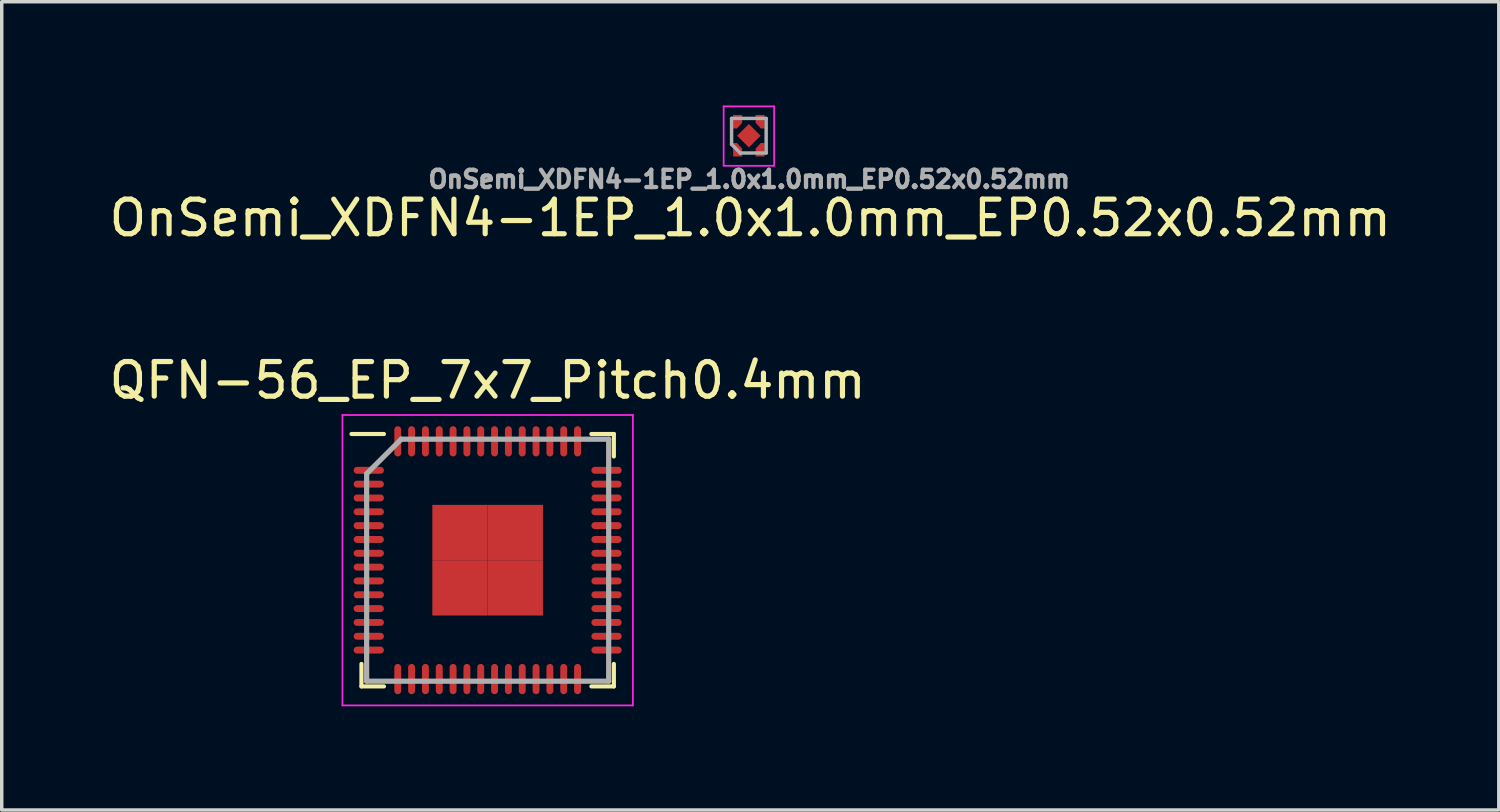
<source format=kicad_pcb>
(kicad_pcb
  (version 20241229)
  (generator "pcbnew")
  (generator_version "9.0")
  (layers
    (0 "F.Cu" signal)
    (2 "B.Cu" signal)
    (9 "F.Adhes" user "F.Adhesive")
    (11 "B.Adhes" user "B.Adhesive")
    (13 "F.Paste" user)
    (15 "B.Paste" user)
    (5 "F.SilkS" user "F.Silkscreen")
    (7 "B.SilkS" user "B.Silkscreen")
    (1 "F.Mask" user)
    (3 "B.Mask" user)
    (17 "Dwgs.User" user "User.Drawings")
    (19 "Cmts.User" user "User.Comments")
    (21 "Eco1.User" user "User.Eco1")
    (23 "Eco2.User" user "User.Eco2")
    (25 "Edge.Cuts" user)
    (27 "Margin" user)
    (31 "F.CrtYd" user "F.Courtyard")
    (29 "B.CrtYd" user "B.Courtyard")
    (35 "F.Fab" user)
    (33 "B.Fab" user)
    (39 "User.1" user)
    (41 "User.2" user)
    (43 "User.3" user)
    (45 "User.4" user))
  (footprint "QFN-56_EP_7x7_Pitch0.4mm"
    (layer "F.Cu")
    (at 11.054 13.152)
    (property "Reference" "QFN-56_EP_7x7_Pitch0.4mm" (at 0 -5.2 0) (layer "F.SilkS") (effects (font (size 1 1) (thickness 0.15))))
    (attr through_hole)
    (fp_line (start -3.65 3.65) (end -3.65 3) (stroke (width 0.12) (type solid)) (layer "F.SilkS"))
    (fp_line (start -3 -3.65) (end -3.938 -3.65) (stroke (width 0.12) (type solid)) (layer "F.SilkS"))
    (fp_line (start -3 3.65) (end -3.65 3.65) (stroke (width 0.12) (type solid)) (layer "F.SilkS"))
    (fp_line (start 3 -3.65) (end 3.65 -3.65) (stroke (width 0.12) (type solid)) (layer "F.SilkS"))
    (fp_line (start 3 3.65) (end 3.65 3.65) (stroke (width 0.12) (type solid)) (layer "F.SilkS"))
    (fp_line (start 3.65 -3.65) (end 3.65 -3) (stroke (width 0.12) (type solid)) (layer "F.SilkS"))
    (fp_line (start 3.65 3.65) (end 3.65 3) (stroke (width 0.12) (type solid)) (layer "F.SilkS"))
    (fp_line (start -4.2 -4.2) (end 4.2 -4.2) (stroke (width 0.05) (type solid)) (layer "F.CrtYd"))
    (fp_line (start -4.2 4.2) (end -4.2 -4.2) (stroke (width 0.05) (type solid)) (layer "F.CrtYd"))
    (fp_line (start 4.2 -4.2) (end 4.2 4.2) (stroke (width 0.05) (type solid)) (layer "F.CrtYd"))
    (fp_line (start 4.2 4.2) (end -4.2 4.2) (stroke (width 0.05) (type solid)) (layer "F.CrtYd"))
    (fp_line (start -3.5 -2.5) (end -3.5 3.5) (stroke (width 0.15) (type solid)) (layer "F.Fab"))
    (fp_line (start -3.5 3.5) (end 3.5 3.5) (stroke (width 0.15) (type solid)) (layer "F.Fab"))
    (fp_line (start -2.5 -3.5) (end -3.5 -2.5) (stroke (width 0.15) (type solid)) (layer "F.Fab"))
    (fp_line (start 3.5 -3.5) (end -2.5 -3.5) (stroke (width 0.15) (type solid)) (layer "F.Fab"))
    (fp_line (start 3.5 3.5) (end 3.5 -3.5) (stroke (width 0.15) (type solid)) (layer "F.Fab"))
    (pad "1" smd oval (at -3.438 -2.6 90) (size 0.2 0.875) (layers "F.Cu" "F.Mask" "F.Paste"))
    (pad "2" smd oval (at -3.438 -2.2 90) (size 0.2 0.875) (layers "F.Cu" "F.Mask" "F.Paste"))
    (pad "3" smd oval (at -3.438 -1.8 90) (size 0.2 0.875) (layers "F.Cu" "F.Mask" "F.Paste"))
    (pad "4" smd oval (at -3.438 -1.4 90) (size 0.2 0.875) (layers "F.Cu" "F.Mask" "F.Paste"))
    (pad "5" smd oval (at -3.438 -1 90) (size 0.2 0.875) (layers "F.Cu" "F.Mask" "F.Paste"))
    (pad "6" smd oval (at -3.438 -0.6 90) (size 0.2 0.875) (layers "F.Cu" "F.Mask" "F.Paste"))
    (pad "7" smd oval (at -3.438 -0.2 90) (size 0.2 0.875) (layers "F.Cu" "F.Mask" "F.Paste"))
    (pad "8" smd oval (at -3.438 0.2 90) (size 0.2 0.875) (layers "F.Cu" "F.Mask" "F.Paste"))
    (pad "9" smd oval (at -3.438 0.6 90) (size 0.2 0.875) (layers "F.Cu" "F.Mask" "F.Paste"))
    (pad "10" smd oval (at -3.438 1 90) (size 0.2 0.875) (layers "F.Cu" "F.Mask" "F.Paste"))
    (pad "11" smd oval (at -3.438 1.4 90) (size 0.2 0.875) (layers "F.Cu" "F.Mask" "F.Paste"))
    (pad "12" smd oval (at -3.438 1.8 90) (size 0.2 0.875) (layers "F.Cu" "F.Mask" "F.Paste"))
    (pad "13" smd oval (at -3.438 2.2 90) (size 0.2 0.875) (layers "F.Cu" "F.Mask" "F.Paste"))
    (pad "14" smd oval (at -3.438 2.6 90) (size 0.2 0.875) (layers "F.Cu" "F.Mask" "F.Paste"))
    (pad "15" smd oval (at -2.6 3.438) (size 0.2 0.875) (layers "F.Cu" "F.Mask" "F.Paste"))
    (pad "16" smd oval (at -2.2 3.438) (size 0.2 0.875) (layers "F.Cu" "F.Mask" "F.Paste"))
    (pad "17" smd oval (at -1.8 3.438) (size 0.2 0.875) (layers "F.Cu" "F.Mask" "F.Paste"))
    (pad "18" smd oval (at -1.4 3.438) (size 0.2 0.875) (layers "F.Cu" "F.Mask" "F.Paste"))
    (pad "19" smd oval (at -1 3.438) (size 0.2 0.875) (layers "F.Cu" "F.Mask" "F.Paste"))
    (pad "20" smd oval (at -0.6 3.438) (size 0.2 0.875) (layers "F.Cu" "F.Mask" "F.Paste"))
    (pad "21" smd oval (at -0.2 3.438) (size 0.2 0.875) (layers "F.Cu" "F.Mask" "F.Paste"))
    (pad "22" smd oval (at 0.2 3.438) (size 0.2 0.875) (layers "F.Cu" "F.Mask" "F.Paste"))
    (pad "23" smd oval (at 0.6 3.438) (size 0.2 0.875) (layers "F.Cu" "F.Mask" "F.Paste"))
    (pad "24" smd oval (at 1 3.438) (size 0.2 0.875) (layers "F.Cu" "F.Mask" "F.Paste"))
    (pad "25" smd oval (at 1.4 3.438) (size 0.2 0.875) (layers "F.Cu" "F.Mask" "F.Paste"))
    (pad "26" smd oval (at 1.8 3.438) (size 0.2 0.875) (layers "F.Cu" "F.Mask" "F.Paste"))
    (pad "27" smd oval (at 2.2 3.438) (size 0.2 0.875) (layers "F.Cu" "F.Mask" "F.Paste"))
    (pad "28" smd oval (at 2.6 3.438) (size 0.2 0.875) (layers "F.Cu" "F.Mask" "F.Paste"))
    (pad "29" smd oval (at 3.438 2.6 90) (size 0.2 0.875) (layers "F.Cu" "F.Mask" "F.Paste"))
    (pad "30" smd oval (at 3.438 2.2 90) (size 0.2 0.875) (layers "F.Cu" "F.Mask" "F.Paste"))
    (pad "31" smd oval (at 3.438 1.8 90) (size 0.2 0.875) (layers "F.Cu" "F.Mask" "F.Paste"))
    (pad "32" smd oval (at 3.438 1.4 90) (size 0.2 0.875) (layers "F.Cu" "F.Mask" "F.Paste"))
    (pad "33" smd oval (at 3.438 1 90) (size 0.2 0.875) (layers "F.Cu" "F.Mask" "F.Paste"))
    (pad "34" smd oval (at 3.438 0.6 90) (size 0.2 0.875) (layers "F.Cu" "F.Mask" "F.Paste"))
    (pad "35" smd oval (at 3.438 0.2 90) (size 0.2 0.875) (layers "F.Cu" "F.Mask" "F.Paste"))
    (pad "36" smd oval (at 3.438 -0.2 90) (size 0.2 0.875) (layers "F.Cu" "F.Mask" "F.Paste"))
    (pad "37" smd oval (at 3.438 -0.6 90) (size 0.2 0.875) (layers "F.Cu" "F.Mask" "F.Paste"))
    (pad "38" smd oval (at 3.438 -1 90) (size 0.2 0.875) (layers "F.Cu" "F.Mask" "F.Paste"))
    (pad "39" smd oval (at 3.438 -1.4 90) (size 0.2 0.875) (layers "F.Cu" "F.Mask" "F.Paste"))
    (pad "40" smd oval (at 3.438 -1.8 90) (size 0.2 0.875) (layers "F.Cu" "F.Mask" "F.Paste"))
    (pad "41" smd oval (at 3.438 -2.2 90) (size 0.2 0.875) (layers "F.Cu" "F.Mask" "F.Paste"))
    (pad "42" smd oval (at 3.438 -2.6 90) (size 0.2 0.875) (layers "F.Cu" "F.Mask" "F.Paste"))
    (pad "43" smd oval (at 2.6 -3.438) (size 0.2 0.875) (layers "F.Cu" "F.Mask" "F.Paste"))
    (pad "44" smd oval (at 2.2 -3.438) (size 0.2 0.875) (layers "F.Cu" "F.Mask" "F.Paste"))
    (pad "45" smd oval (at 1.8 -3.438) (size 0.2 0.875) (layers "F.Cu" "F.Mask" "F.Paste"))
    (pad "46" smd oval (at 1.4 -3.438) (size 0.2 0.875) (layers "F.Cu" "F.Mask" "F.Paste"))
    (pad "47" smd oval (at 1 -3.438) (size 0.2 0.875) (layers "F.Cu" "F.Mask" "F.Paste"))
    (pad "48" smd oval (at 0.6 -3.438) (size 0.2 0.875) (layers "F.Cu" "F.Mask" "F.Paste"))
    (pad "49" smd oval (at 0.2 -3.438) (size 0.2 0.875) (layers "F.Cu" "F.Mask" "F.Paste"))
    (pad "50" smd oval (at -0.2 -3.438) (size 0.2 0.875) (layers "F.Cu" "F.Mask" "F.Paste"))
    (pad "51" smd oval (at -0.6 -3.438) (size 0.2 0.875) (layers "F.Cu" "F.Mask" "F.Paste"))
    (pad "52" smd oval (at -1 -3.438) (size 0.2 0.875) (layers "F.Cu" "F.Mask" "F.Paste"))
    (pad "53" smd oval (at -1.4 -3.438) (size 0.2 0.875) (layers "F.Cu" "F.Mask" "F.Paste"))
    (pad "54" smd oval (at -1.8 -3.438) (size 0.2 0.875) (layers "F.Cu" "F.Mask" "F.Paste"))
    (pad "55" smd oval (at -2.2 -3.438) (size 0.2 0.875) (layers "F.Cu" "F.Mask" "F.Paste"))
    (pad "56" smd oval (at -2.6 -3.438) (size 0.2 0.875) (layers "F.Cu" "F.Mask" "F.Paste"))
    (pad "57" smd rect (at -0.8 -0.8) (size 1.6 1.6) (layers "F.Cu" "F.Mask" "F.Paste"))
    (pad "57" smd rect (at -0.8 0.8) (size 1.6 1.6) (layers "F.Cu" "F.Mask" "F.Paste"))
    (pad "57" smd rect (at 0.8 -0.8) (size 1.6 1.6) (layers "F.Cu" "F.Mask" "F.Paste"))
    (pad "57" smd rect (at 0.8 0.8) (size 1.6 1.6) (layers "F.Cu" "F.Mask" "F.Paste")))
  (footprint "OnSemi_XDFN4-1EP_1.0x1.0mm_EP0.52x0.52mm"
    (layer "F.Cu")
    (at 18.609 0.875)
    (property "Reference" "OnSemi_XDFN4-1EP_1.0x1.0mm_EP0.52x0.52mm" (at 0.04 2.38 0) (layer "F.SilkS") (effects (font (size 1 1) (thickness 0.15))))
    (attr smd)
    (fp_line (start -0.73 -0.85) (end -0.73 0.87) (stroke (width 0.05) (type solid)) (layer "F.CrtYd"))
    (fp_line (start -0.73 0.87) (end 0.73 0.87) (stroke (width 0.05) (type solid)) (layer "F.CrtYd"))
    (fp_line (start 0.73 -0.85) (end -0.73 -0.85) (stroke (width 0.05) (type solid)) (layer "F.CrtYd"))
    (fp_line (start 0.73 0.87) (end 0.73 -0.85) (stroke (width 0.05) (type solid)) (layer "F.CrtYd"))
    (fp_line (start -0.5 -0.5) (end -0.5 0.25) (stroke (width 0.1) (type solid)) (layer "F.Fab"))
    (fp_line (start -0.5 0.25) (end -0.25 0.5) (stroke (width 0.1) (type solid)) (layer "F.Fab"))
    (fp_line (start -0.25 0.5) (end 0.5 0.5) (stroke (width 0.1) (type solid)) (layer "F.Fab"))
    (fp_line (start 0.5 -0.5) (end -0.5 -0.5) (stroke (width 0.1) (type solid)) (layer "F.Fab"))
    (fp_line (start 0.5 0.5) (end 0.5 -0.5) (stroke (width 0.1) (type solid)) (layer "F.Fab"))
    (fp_text user "${REFERENCE}" (at 0.01 1.26 0) (layer "F.Fab") (effects (font (size 0.5 0.5) (thickness 0.125))))
    (pad "1" smd custom (at -0.325 0.485) (size 0.26 0.23) (layers "F.Cu" "F.Mask" "F.Paste") (options (anchor rect)) (primitives (gr_poly (pts (xy -0.13 -0.115) (xy 0.13 -0.115) (xy -0.02 -0.275) (xy -0.13 -0.275)) (width 0) (fill yes))))
    (pad "2" smd custom (at 0.325 0.485) (size 0.26 0.23) (layers "F.Cu" "F.Mask" "F.Paste") (options (anchor rect)) (primitives (gr_poly (pts (xy -0.13 -0.115) (xy 0.13 -0.115) (xy 0.13 -0.275) (xy 0.02 -0.275)) (width 0) (fill yes))))
    (pad "3" smd custom (at 0.325 -0.485 180) (size 0.26 0.23) (layers "F.Cu" "F.Mask" "F.Paste") (options (anchor rect)) (primitives (gr_poly (pts (xy -0.13 -0.115) (xy 0.13 -0.115) (xy -0.02 -0.275) (xy -0.13 -0.275)) (width 0) (fill yes))))
    (pad "4" smd custom (at -0.325 -0.485 180) (size 0.26 0.23) (layers "F.Cu" "F.Mask" "F.Paste") (options (anchor rect)) (primitives (gr_poly (pts (xy -0.13 -0.115) (xy 0.13 -0.115) (xy 0.13 -0.275) (xy 0.02 -0.275)) (width 0) (fill yes))))
    (pad "5" smd rect (at 0 0 135) (size 0.48 0.48) (layers "F.Cu" "F.Mask" "F.Paste")))
  (gr_rect
    (start -3 -3)
    (end 40.298 20.377)
    (stroke (width 0.1) (type default))
    (fill no)
    (layer "Edge.Cuts")))
</source>
